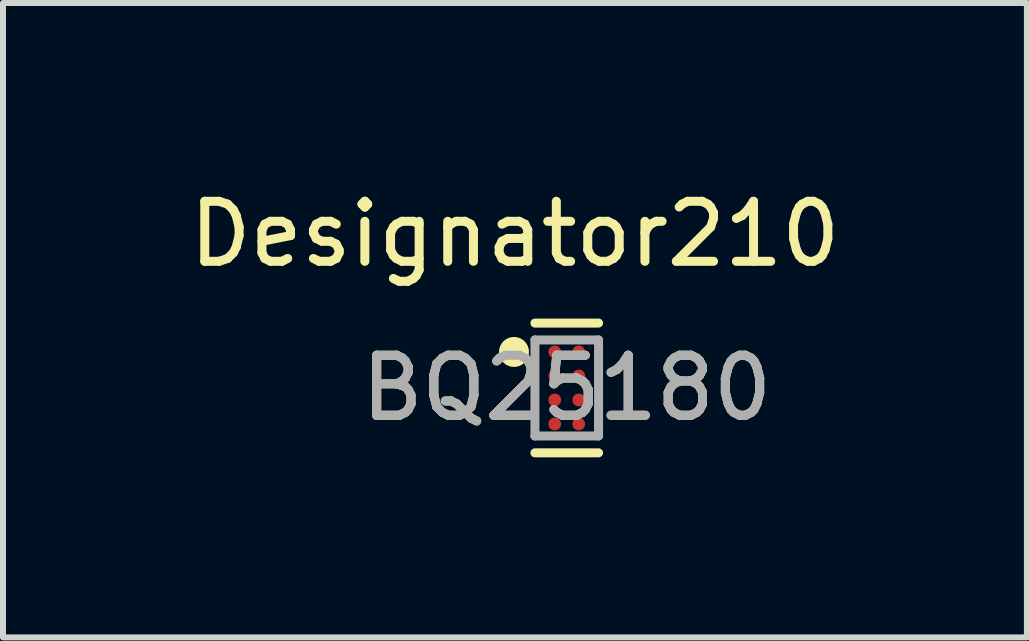
<source format=kicad_pcb>
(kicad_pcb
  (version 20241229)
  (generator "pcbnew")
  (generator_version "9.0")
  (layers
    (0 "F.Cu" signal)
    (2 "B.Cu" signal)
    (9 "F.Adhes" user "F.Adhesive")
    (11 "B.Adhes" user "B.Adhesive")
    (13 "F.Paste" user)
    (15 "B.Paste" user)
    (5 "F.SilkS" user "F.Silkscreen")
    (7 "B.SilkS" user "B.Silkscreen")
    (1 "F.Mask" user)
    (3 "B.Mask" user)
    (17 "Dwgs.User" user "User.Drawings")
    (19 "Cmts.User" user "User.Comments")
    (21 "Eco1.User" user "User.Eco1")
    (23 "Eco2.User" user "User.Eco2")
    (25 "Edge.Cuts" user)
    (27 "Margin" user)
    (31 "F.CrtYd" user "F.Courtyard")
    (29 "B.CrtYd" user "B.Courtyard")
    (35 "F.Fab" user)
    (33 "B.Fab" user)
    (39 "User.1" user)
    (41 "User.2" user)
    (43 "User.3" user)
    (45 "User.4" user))
  (footprint "BQ25180"
    (layer "F.Cu")
    (at 6.393 3.414)
    (property "Reference" "BQ25180" (at 0 0 0) (unlocked yes) (layer "F.SilkS") (effects (font (size 1 1) (thickness 0.15))))
    (attr smd)
    (fp_line (start -0.53 -1.081) (end 0.53 -1.081) (stroke (width 0.15) (type solid)) (layer "F.SilkS"))
    (fp_line (start -0.53 1.081) (end 0.53 1.081) (stroke (width 0.15) (type solid)) (layer "F.SilkS"))
    (fp_circle (center -0.879 -0.6) (end -0.754 -0.6) (stroke (width 0.25) (type solid)) (fill no) (layer "F.SilkS"))
    (fp_line (start -0.53 -0.8) (end 0.53 -0.8) (stroke (width 0.15) (type solid)) (layer "F.Fab"))
    (fp_line (start -0.53 0.8) (end -0.53 -0.8) (stroke (width 0.15) (type solid)) (layer "F.Fab"))
    (fp_line (start -0.53 0.8) (end 0.53 0.8) (stroke (width 0.15) (type solid)) (layer "F.Fab"))
    (fp_line (start 0.53 0.8) (end 0.53 -0.8) (stroke (width 0.15) (type solid)) (layer "F.Fab"))
    (fp_text user "Designator210" (at -0.864 -2.565 0) (unlocked yes) (layer "F.SilkS") (effects (font (size 1 1) (thickness 0.15))))
    (fp_text user "${REFERENCE}" (at 0 0 0) (unlocked yes) (layer "F.Fab") (effects (font (size 1 1) (thickness 0.15))))
    (pad "1" smd circle (at -0.2 -0.6) (size 0.212 0.212) (layers "F.Cu" "F.Mask" "F.Paste"))
    (pad "2" smd circle (at 0.2 -0.6) (size 0.212 0.212) (layers "F.Cu" "F.Mask" "F.Paste"))
    (pad "3" smd circle (at -0.2 -0.2) (size 0.212 0.212) (layers "F.Cu" "F.Mask" "F.Paste"))
    (pad "4" smd circle (at 0.2 -0.2) (size 0.212 0.212) (layers "F.Cu" "F.Mask" "F.Paste"))
    (pad "5" smd circle (at -0.2 0.2) (size 0.212 0.212) (layers "F.Cu" "F.Mask" "F.Paste"))
    (pad "6" smd circle (at 0.2 0.2) (size 0.212 0.212) (layers "F.Cu" "F.Mask" "F.Paste"))
    (pad "7" smd circle (at -0.2 0.6) (size 0.212 0.212) (layers "F.Cu" "F.Mask" "F.Paste"))
    (pad "8" smd circle (at 0.2 0.6) (size 0.212 0.212) (layers "F.Cu" "F.Mask" "F.Paste")))
  (gr_rect
    (start -3 -3)
    (end 14.06 7.57)
    (stroke (width 0.1) (type default))
    (fill no)
    (layer "Edge.Cuts")))
</source>
